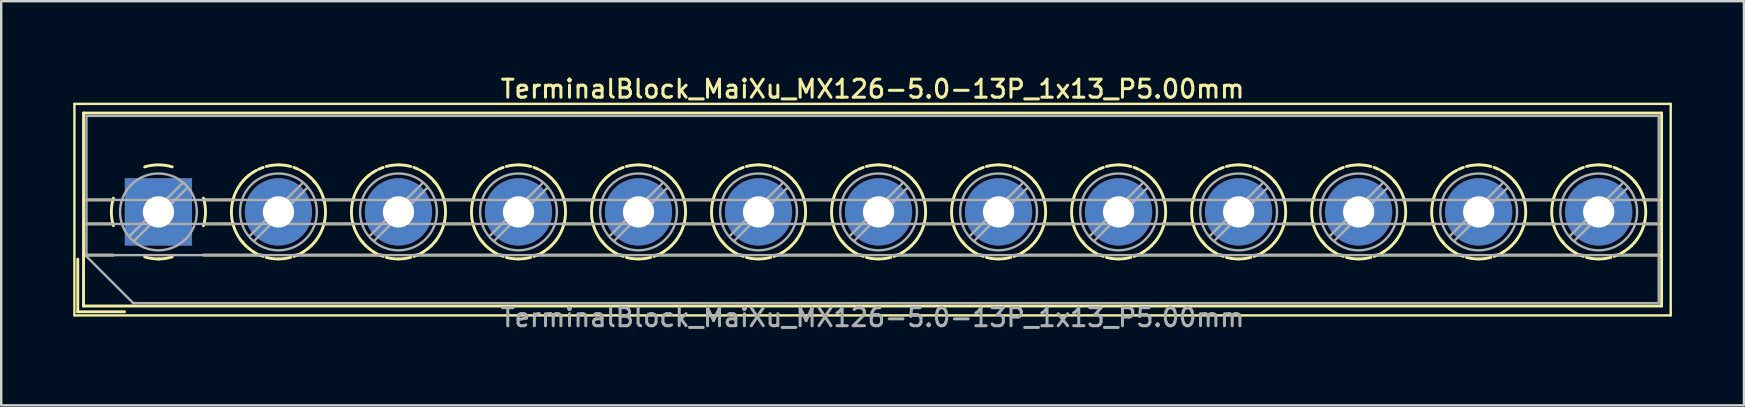
<source format=kicad_pcb>
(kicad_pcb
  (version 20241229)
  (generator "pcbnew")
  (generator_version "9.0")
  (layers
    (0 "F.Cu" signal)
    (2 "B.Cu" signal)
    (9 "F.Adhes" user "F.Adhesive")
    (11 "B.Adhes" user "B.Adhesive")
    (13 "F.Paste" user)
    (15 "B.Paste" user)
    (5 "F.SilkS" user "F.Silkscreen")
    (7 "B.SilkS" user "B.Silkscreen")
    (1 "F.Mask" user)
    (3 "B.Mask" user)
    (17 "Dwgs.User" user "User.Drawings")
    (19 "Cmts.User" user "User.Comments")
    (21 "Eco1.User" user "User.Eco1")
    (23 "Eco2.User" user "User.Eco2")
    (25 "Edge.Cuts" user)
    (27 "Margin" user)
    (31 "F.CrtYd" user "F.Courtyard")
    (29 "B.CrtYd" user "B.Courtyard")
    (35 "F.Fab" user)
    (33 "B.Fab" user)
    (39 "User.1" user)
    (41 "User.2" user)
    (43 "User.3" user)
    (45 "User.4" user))
  (footprint "TerminalBlock_MaiXu_MX126-5.0-13P_1x13_P5.00mm"
    (layer "F.Cu")
    (at 3.55 5.778)
    (property "Reference" "TerminalBlock_MaiXu_MX126-5.0-13P_1x13_P5.00mm" (at 29.75 -5.12 0) (layer "F.SilkS") (effects (font (size 0.75 0.75) (thickness 0.125))))
    (attr through_hole)
    (fp_line (start -3.5 -4.5) (end -3.5 4.31) (stroke (width 0.1) (type solid)) (layer "F.SilkS"))
    (fp_line (start -3.5 4.31) (end 63 4.31) (stroke (width 0.1) (type solid)) (layer "F.SilkS"))
    (fp_line (start -3.36 1.97) (end -3.36 4.16) (stroke (width 0.12) (type solid)) (layer "F.SilkS"))
    (fp_line (start -3.36 4.16) (end -1.41 4.16) (stroke (width 0.12) (type solid)) (layer "F.SilkS"))
    (fp_line (start -3.12 -4.12) (end -3.12 3.92) (stroke (width 0.12) (type solid)) (layer "F.SilkS"))
    (fp_line (start -3.12 -4.12) (end 62.62 -4.12) (stroke (width 0.12) (type solid)) (layer "F.SilkS"))
    (fp_line (start -3.12 -0.5) (end -1.88 -0.5) (stroke (width 0.12) (type solid)) (layer "F.SilkS"))
    (fp_line (start -3.12 0.5) (end -1.88 0.5) (stroke (width 0.12) (type solid)) (layer "F.SilkS"))
    (fp_line (start -3.12 1.8) (end -1.88 1.8) (stroke (width 0.12) (type solid)) (layer "F.SilkS"))
    (fp_line (start -3.12 3.92) (end 62.62 3.92) (stroke (width 0.12) (type solid)) (layer "F.SilkS"))
    (fp_line (start 1.88 -0.5) (end 3.165 -0.5) (stroke (width 0.12) (type solid)) (layer "F.SilkS"))
    (fp_line (start 1.88 0.5) (end 3.165 0.5) (stroke (width 0.12) (type solid)) (layer "F.SilkS"))
    (fp_line (start 1.88 1.8) (end 4.331 1.8) (stroke (width 0.12) (type solid)) (layer "F.SilkS"))
    (fp_line (start 3.514 1.248) (end 3.514 1.248) (stroke (width 0.12) (type solid)) (layer "F.SilkS"))
    (fp_line (start 5.67 1.8) (end 9.331 1.8) (stroke (width 0.12) (type solid)) (layer "F.SilkS"))
    (fp_line (start 6.487 -1.248) (end 6.487 -1.248) (stroke (width 0.12) (type solid)) (layer "F.SilkS"))
    (fp_line (start 6.836 -0.5) (end 8.165 -0.5) (stroke (width 0.12) (type solid)) (layer "F.SilkS"))
    (fp_line (start 6.836 0.5) (end 8.165 0.5) (stroke (width 0.12) (type solid)) (layer "F.SilkS"))
    (fp_line (start 8.514 1.248) (end 8.514 1.248) (stroke (width 0.12) (type solid)) (layer "F.SilkS"))
    (fp_line (start 10.67 1.8) (end 14.331 1.8) (stroke (width 0.12) (type solid)) (layer "F.SilkS"))
    (fp_line (start 11.487 -1.248) (end 11.487 -1.248) (stroke (width 0.12) (type solid)) (layer "F.SilkS"))
    (fp_line (start 11.836 -0.5) (end 13.165 -0.5) (stroke (width 0.12) (type solid)) (layer "F.SilkS"))
    (fp_line (start 11.836 0.5) (end 13.165 0.5) (stroke (width 0.12) (type solid)) (layer "F.SilkS"))
    (fp_line (start 13.514 1.248) (end 13.514 1.248) (stroke (width 0.12) (type solid)) (layer "F.SilkS"))
    (fp_line (start 15.67 1.8) (end 19.331 1.8) (stroke (width 0.12) (type solid)) (layer "F.SilkS"))
    (fp_line (start 16.487 -1.248) (end 16.487 -1.248) (stroke (width 0.12) (type solid)) (layer "F.SilkS"))
    (fp_line (start 16.836 -0.5) (end 18.165 -0.5) (stroke (width 0.12) (type solid)) (layer "F.SilkS"))
    (fp_line (start 16.836 0.5) (end 18.165 0.5) (stroke (width 0.12) (type solid)) (layer "F.SilkS"))
    (fp_line (start 18.514 1.248) (end 18.514 1.248) (stroke (width 0.12) (type solid)) (layer "F.SilkS"))
    (fp_line (start 20.67 1.8) (end 24.331 1.8) (stroke (width 0.12) (type solid)) (layer "F.SilkS"))
    (fp_line (start 21.487 -1.248) (end 21.487 -1.248) (stroke (width 0.12) (type solid)) (layer "F.SilkS"))
    (fp_line (start 21.836 -0.5) (end 23.165 -0.5) (stroke (width 0.12) (type solid)) (layer "F.SilkS"))
    (fp_line (start 21.836 0.5) (end 23.165 0.5) (stroke (width 0.12) (type solid)) (layer "F.SilkS"))
    (fp_line (start 23.514 1.248) (end 23.514 1.248) (stroke (width 0.12) (type solid)) (layer "F.SilkS"))
    (fp_line (start 25.67 1.8) (end 29.331 1.8) (stroke (width 0.12) (type solid)) (layer "F.SilkS"))
    (fp_line (start 26.487 -1.248) (end 26.487 -1.248) (stroke (width 0.12) (type solid)) (layer "F.SilkS"))
    (fp_line (start 26.836 -0.5) (end 28.165 -0.5) (stroke (width 0.12) (type solid)) (layer "F.SilkS"))
    (fp_line (start 26.836 0.5) (end 28.165 0.5) (stroke (width 0.12) (type solid)) (layer "F.SilkS"))
    (fp_line (start 28.514 1.248) (end 28.514 1.248) (stroke (width 0.12) (type solid)) (layer "F.SilkS"))
    (fp_line (start 30.67 1.8) (end 34.331 1.8) (stroke (width 0.12) (type solid)) (layer "F.SilkS"))
    (fp_line (start 31.487 -1.248) (end 31.487 -1.248) (stroke (width 0.12) (type solid)) (layer "F.SilkS"))
    (fp_line (start 31.836 -0.5) (end 33.165 -0.5) (stroke (width 0.12) (type solid)) (layer "F.SilkS"))
    (fp_line (start 31.836 0.5) (end 33.165 0.5) (stroke (width 0.12) (type solid)) (layer "F.SilkS"))
    (fp_line (start 33.514 1.248) (end 33.514 1.248) (stroke (width 0.12) (type solid)) (layer "F.SilkS"))
    (fp_line (start 35.67 1.8) (end 39.331 1.8) (stroke (width 0.12) (type solid)) (layer "F.SilkS"))
    (fp_line (start 36.487 -1.248) (end 36.487 -1.248) (stroke (width 0.12) (type solid)) (layer "F.SilkS"))
    (fp_line (start 36.836 -0.5) (end 38.165 -0.5) (stroke (width 0.12) (type solid)) (layer "F.SilkS"))
    (fp_line (start 36.836 0.5) (end 38.165 0.5) (stroke (width 0.12) (type solid)) (layer "F.SilkS"))
    (fp_line (start 38.514 1.248) (end 38.514 1.248) (stroke (width 0.12) (type solid)) (layer "F.SilkS"))
    (fp_line (start 40.67 1.8) (end 44.331 1.8) (stroke (width 0.12) (type solid)) (layer "F.SilkS"))
    (fp_line (start 41.487 -1.248) (end 41.487 -1.248) (stroke (width 0.12) (type solid)) (layer "F.SilkS"))
    (fp_line (start 41.836 -0.5) (end 43.165 -0.5) (stroke (width 0.12) (type solid)) (layer "F.SilkS"))
    (fp_line (start 41.836 0.5) (end 43.165 0.5) (stroke (width 0.12) (type solid)) (layer "F.SilkS"))
    (fp_line (start 43.514 1.248) (end 43.514 1.248) (stroke (width 0.12) (type solid)) (layer "F.SilkS"))
    (fp_line (start 45.67 1.8) (end 49.331 1.8) (stroke (width 0.12) (type solid)) (layer "F.SilkS"))
    (fp_line (start 46.487 -1.248) (end 46.487 -1.248) (stroke (width 0.12) (type solid)) (layer "F.SilkS"))
    (fp_line (start 46.836 -0.5) (end 48.165 -0.5) (stroke (width 0.12) (type solid)) (layer "F.SilkS"))
    (fp_line (start 46.836 0.5) (end 48.165 0.5) (stroke (width 0.12) (type solid)) (layer "F.SilkS"))
    (fp_line (start 48.514 1.248) (end 48.514 1.248) (stroke (width 0.12) (type solid)) (layer "F.SilkS"))
    (fp_line (start 50.67 1.8) (end 54.331 1.8) (stroke (width 0.12) (type solid)) (layer "F.SilkS"))
    (fp_line (start 51.487 -1.248) (end 51.487 -1.248) (stroke (width 0.12) (type solid)) (layer "F.SilkS"))
    (fp_line (start 51.836 -0.5) (end 53.165 -0.5) (stroke (width 0.12) (type solid)) (layer "F.SilkS"))
    (fp_line (start 51.836 0.5) (end 53.165 0.5) (stroke (width 0.12) (type solid)) (layer "F.SilkS"))
    (fp_line (start 53.514 1.248) (end 53.514 1.248) (stroke (width 0.12) (type solid)) (layer "F.SilkS"))
    (fp_line (start 55.67 1.8) (end 59.331 1.8) (stroke (width 0.12) (type solid)) (layer "F.SilkS"))
    (fp_line (start 56.487 -1.248) (end 56.487 -1.248) (stroke (width 0.12) (type solid)) (layer "F.SilkS"))
    (fp_line (start 56.836 -0.5) (end 58.165 -0.5) (stroke (width 0.12) (type solid)) (layer "F.SilkS"))
    (fp_line (start 56.836 0.5) (end 58.165 0.5) (stroke (width 0.12) (type solid)) (layer "F.SilkS"))
    (fp_line (start 58.514 1.248) (end 58.514 1.248) (stroke (width 0.12) (type solid)) (layer "F.SilkS"))
    (fp_line (start 60.67 1.8) (end 62.62 1.8) (stroke (width 0.12) (type solid)) (layer "F.SilkS"))
    (fp_line (start 61.487 -1.248) (end 61.487 -1.248) (stroke (width 0.12) (type solid)) (layer "F.SilkS"))
    (fp_line (start 61.836 -0.5) (end 62.62 -0.5) (stroke (width 0.12) (type solid)) (layer "F.SilkS"))
    (fp_line (start 61.836 0.5) (end 62.62 0.5) (stroke (width 0.12) (type solid)) (layer "F.SilkS"))
    (fp_line (start 62.62 -4.12) (end 62.62 3.92) (stroke (width 0.12) (type solid)) (layer "F.SilkS"))
    (fp_line (start 63 -4.5) (end -3.5 -4.5) (stroke (width 0.1) (type solid)) (layer "F.SilkS"))
    (fp_line (start 63 4.31) (end 63 -4.5) (stroke (width 0.1) (type solid)) (layer "F.SilkS"))
    (fp_arc (start -1.875422 0.572619) (mid -1.960893 -0.000722) (end -1.875 -0.574) (stroke (width 0.12) (type solid)) (layer "F.SilkS"))
    (fp_arc (start -0.572619 -1.875422) (mid 0.000722 -1.960893) (end 0.574 -1.875) (stroke (width 0.12) (type solid)) (layer "F.SilkS"))
    (fp_arc (start 0.0335 1.960607) (mid -0.273618 1.941709) (end -0.574 1.875) (stroke (width 0.12) (type solid)) (layer "F.SilkS"))
    (fp_arc (start 0.573049 1.874357) (mid 0.289706 1.938471) (end 0 1.96) (stroke (width 0.12) (type solid)) (layer "F.SilkS"))
    (fp_arc (start 1.875422 -0.572619) (mid 1.960893 0.000722) (end 1.875 0.574) (stroke (width 0.12) (type solid)) (layer "F.SilkS"))
    (fp_arc (start 3.434339 1.179122) (mid 3.039994 -0.000549) (end 3.435 -1.18) (stroke (width 0.12) (type solid)) (layer "F.SilkS"))
    (fp_arc (start 3.434826 -1.180695) (mid 3.476985 -1.2346) (end 3.521 -1.287) (stroke (width 0.12) (type solid)) (layer "F.SilkS"))
    (fp_arc (start 3.521125 1.286294) (mid 3.477135 1.233899) (end 3.435 1.18) (stroke (width 0.12) (type solid)) (layer "F.SilkS"))
    (fp_arc (start 3.521202 -1.287012) (mid 3.578748 -1.350291) (end 3.639 -1.411) (stroke (width 0.12) (type solid)) (layer "F.SilkS"))
    (fp_arc (start 3.63871 1.41001) (mid 3.578502 1.349289) (end 3.521 1.286) (stroke (width 0.12) (type solid)) (layer "F.SilkS"))
    (fp_arc (start 3.638867 -1.410738) (mid 3.701698 -1.468767) (end 3.767 -1.524) (stroke (width 0.12) (type solid)) (layer "F.SilkS"))
    (fp_arc (start 3.767069 1.523253) (mid 3.701799 1.468024) (end 3.639 1.41) (stroke (width 0.12) (type solid)) (layer "F.SilkS"))
    (fp_arc (start 3.767452 -1.524377) (mid 3.835117 -1.576689) (end 3.905 -1.626) (stroke (width 0.12) (type solid)) (layer "F.SilkS"))
    (fp_arc (start 3.904517 1.625664) (mid 3.834649 1.576332) (end 3.767 1.524) (stroke (width 0.12) (type solid)) (layer "F.SilkS"))
    (fp_arc (start 3.93363 -1.644317) (mid 4.00637 -1.689266) (end 4.081 -1.731) (stroke (width 0.12) (type solid)) (layer "F.SilkS"))
    (fp_arc (start 4.080344 1.730739) (mid 4.005726 1.688977) (end 3.933 1.644) (stroke (width 0.12) (type solid)) (layer "F.SilkS"))
    (fp_arc (start 4.172694 -1.777259) (mid 4.266842 -1.818121) (end 4.363 -1.854) (stroke (width 0.12) (type solid)) (layer "F.SilkS"))
    (fp_arc (start 4.362283 1.853815) (mid 4.266136 1.817899) (end 4.172 1.777) (stroke (width 0.12) (type solid)) (layer "F.SilkS"))
    (fp_arc (start 4.493681 -1.893473) (mid 4.74516 -1.943362) (end 5.001 -1.96) (stroke (width 0.12) (type solid)) (layer "F.SilkS"))
    (fp_arc (start 5.000479 1.960685) (mid 4.744554 1.943973) (end 4.493 1.894) (stroke (width 0.12) (type solid)) (layer "F.SilkS"))
    (fp_arc (start 5.000487 -1.960944) (mid 5.256437 -1.944104) (end 5.508 -1.894) (stroke (width 0.12) (type solid)) (layer "F.SilkS"))
    (fp_arc (start 5.507285 1.893215) (mid 5.255831 1.943232) (end 5 1.96) (stroke (width 0.12) (type solid)) (layer "F.SilkS"))
    (fp_arc (start 5.638712 -1.85392) (mid 5.734863 -1.817951) (end 5.829 -1.777) (stroke (width 0.12) (type solid)) (layer "F.SilkS"))
    (fp_arc (start 5.829295 1.77705) (mid 5.735155 1.818016) (end 5.639 1.854) (stroke (width 0.12) (type solid)) (layer "F.SilkS"))
    (fp_arc (start 5.920652 -1.730826) (mid 5.995273 -1.689021) (end 6.068 -1.644) (stroke (width 0.12) (type solid)) (layer "F.SilkS"))
    (fp_arc (start 6.068362 1.644143) (mid 5.995629 1.689179) (end 5.921 1.731) (stroke (width 0.12) (type solid)) (layer "F.SilkS"))
    (fp_arc (start 6.096479 -1.625751) (mid 6.16635 -1.576376) (end 6.234 -1.524) (stroke (width 0.12) (type solid)) (layer "F.SilkS"))
    (fp_arc (start 6.233457 1.523294) (mid 6.165838 1.575647) (end 6.096 1.625) (stroke (width 0.12) (type solid)) (layer "F.SilkS"))
    (fp_arc (start 6.233928 -1.523341) (mid 6.2992 -1.468068) (end 6.362 -1.41) (stroke (width 0.12) (type solid)) (layer "F.SilkS"))
    (fp_arc (start 6.36213 1.410651) (mid 6.299301 1.468723) (end 6.234 1.524) (stroke (width 0.12) (type solid)) (layer "F.SilkS"))
    (fp_arc (start 6.362286 -1.410097) (mid 6.422497 -1.349333) (end 6.48 -1.286) (stroke (width 0.12) (type solid)) (layer "F.SilkS"))
    (fp_arc (start 6.479707 1.285928) (mid 6.422207 1.349248) (end 6.362 1.41) (stroke (width 0.12) (type solid)) (layer "F.SilkS"))
    (fp_arc (start 6.479873 -1.286364) (mid 6.523865 -1.233934) (end 6.566 -1.18) (stroke (width 0.12) (type solid)) (layer "F.SilkS"))
    (fp_arc (start 6.565937 -1.180084) (mid 6.960805 -0.000052) (end 6.566 1.18) (stroke (width 0.12) (type solid)) (layer "F.SilkS"))
    (fp_arc (start 6.566102 1.179628) (mid 6.523979 1.233565) (end 6.48 1.286) (stroke (width 0.12) (type solid)) (layer "F.SilkS"))
    (fp_arc (start 8.434339 1.179122) (mid 8.039994 -0.000549) (end 8.435 -1.18) (stroke (width 0.12) (type solid)) (layer "F.SilkS"))
    (fp_arc (start 8.434826 -1.180695) (mid 8.476985 -1.2346) (end 8.521 -1.287) (stroke (width 0.12) (type solid)) (layer "F.SilkS"))
    (fp_arc (start 8.521125 1.286294) (mid 8.477135 1.233899) (end 8.435 1.18) (stroke (width 0.12) (type solid)) (layer "F.SilkS"))
    (fp_arc (start 8.521202 -1.287012) (mid 8.578748 -1.350291) (end 8.639 -1.411) (stroke (width 0.12) (type solid)) (layer "F.SilkS"))
    (fp_arc (start 8.63871 1.41001) (mid 8.578502 1.349289) (end 8.521 1.286) (stroke (width 0.12) (type solid)) (layer "F.SilkS"))
    (fp_arc (start 8.638867 -1.410738) (mid 8.701698 -1.468767) (end 8.767 -1.524) (stroke (width 0.12) (type solid)) (layer "F.SilkS"))
    (fp_arc (start 8.767069 1.523253) (mid 8.701799 1.468024) (end 8.639 1.41) (stroke (width 0.12) (type solid)) (layer "F.SilkS"))
    (fp_arc (start 8.767452 -1.524377) (mid 8.835117 -1.576689) (end 8.905 -1.626) (stroke (width 0.12) (type solid)) (layer "F.SilkS"))
    (fp_arc (start 8.904517 1.625664) (mid 8.834649 1.576332) (end 8.767 1.524) (stroke (width 0.12) (type solid)) (layer "F.SilkS"))
    (fp_arc (start 8.93363 -1.644317) (mid 9.00637 -1.689266) (end 9.081 -1.731) (stroke (width 0.12) (type solid)) (layer "F.SilkS"))
    (fp_arc (start 9.080344 1.730739) (mid 9.005726 1.688977) (end 8.933 1.644) (stroke (width 0.12) (type solid)) (layer "F.SilkS"))
    (fp_arc (start 9.172694 -1.777259) (mid 9.266842 -1.818121) (end 9.363 -1.854) (stroke (width 0.12) (type solid)) (layer "F.SilkS"))
    (fp_arc (start 9.362283 1.853815) (mid 9.266136 1.817899) (end 9.172 1.777) (stroke (width 0.12) (type solid)) (layer "F.SilkS"))
    (fp_arc (start 9.493681 -1.893473) (mid 9.74516 -1.943362) (end 10.001 -1.96) (stroke (width 0.12) (type solid)) (layer "F.SilkS"))
    (fp_arc (start 10.000479 1.960685) (mid 9.744554 1.943973) (end 9.493 1.894) (stroke (width 0.12) (type solid)) (layer "F.SilkS"))
    (fp_arc (start 10.000487 -1.960944) (mid 10.256437 -1.944104) (end 10.508 -1.894) (stroke (width 0.12) (type solid)) (layer "F.SilkS"))
    (fp_arc (start 10.507285 1.893215) (mid 10.255831 1.943232) (end 10 1.96) (stroke (width 0.12) (type solid)) (layer "F.SilkS"))
    (fp_arc (start 10.638712 -1.85392) (mid 10.734863 -1.817951) (end 10.829 -1.777) (stroke (width 0.12) (type solid)) (layer "F.SilkS"))
    (fp_arc (start 10.829295 1.77705) (mid 10.735155 1.818016) (end 10.639 1.854) (stroke (width 0.12) (type solid)) (layer "F.SilkS"))
    (fp_arc (start 10.920652 -1.730826) (mid 10.995273 -1.689021) (end 11.068 -1.644) (stroke (width 0.12) (type solid)) (layer "F.SilkS"))
    (fp_arc (start 11.068362 1.644143) (mid 10.995629 1.689179) (end 10.921 1.731) (stroke (width 0.12) (type solid)) (layer "F.SilkS"))
    (fp_arc (start 11.096479 -1.625751) (mid 11.16635 -1.576376) (end 11.234 -1.524) (stroke (width 0.12) (type solid)) (layer "F.SilkS"))
    (fp_arc (start 11.233457 1.523294) (mid 11.165838 1.575647) (end 11.096 1.625) (stroke (width 0.12) (type solid)) (layer "F.SilkS"))
    (fp_arc (start 11.233928 -1.523341) (mid 11.2992 -1.468068) (end 11.362 -1.41) (stroke (width 0.12) (type solid)) (layer "F.SilkS"))
    (fp_arc (start 11.36213 1.410651) (mid 11.299301 1.468723) (end 11.234 1.524) (stroke (width 0.12) (type solid)) (layer "F.SilkS"))
    (fp_arc (start 11.362286 -1.410097) (mid 11.422497 -1.349333) (end 11.48 -1.286) (stroke (width 0.12) (type solid)) (layer "F.SilkS"))
    (fp_arc (start 11.479707 1.285928) (mid 11.422207 1.349248) (end 11.362 1.41) (stroke (width 0.12) (type solid)) (layer "F.SilkS"))
    (fp_arc (start 11.479873 -1.286364) (mid 11.523865 -1.233934) (end 11.566 -1.18) (stroke (width 0.12) (type solid)) (layer "F.SilkS"))
    (fp_arc (start 11.565937 -1.180084) (mid 11.960805 -0.000052) (end 11.566 1.18) (stroke (width 0.12) (type solid)) (layer "F.SilkS"))
    (fp_arc (start 11.566102 1.179628) (mid 11.523979 1.233565) (end 11.48 1.286) (stroke (width 0.12) (type solid)) (layer "F.SilkS"))
    (fp_arc (start 13.434339 1.179122) (mid 13.039994 -0.000549) (end 13.435 -1.18) (stroke (width 0.12) (type solid)) (layer "F.SilkS"))
    (fp_arc (start 13.434826 -1.180695) (mid 13.476985 -1.2346) (end 13.521 -1.287) (stroke (width 0.12) (type solid)) (layer "F.SilkS"))
    (fp_arc (start 13.521125 1.286294) (mid 13.477135 1.233899) (end 13.435 1.18) (stroke (width 0.12) (type solid)) (layer "F.SilkS"))
    (fp_arc (start 13.521202 -1.287012) (mid 13.578748 -1.350291) (end 13.639 -1.411) (stroke (width 0.12) (type solid)) (layer "F.SilkS"))
    (fp_arc (start 13.63871 1.41001) (mid 13.578502 1.349289) (end 13.521 1.286) (stroke (width 0.12) (type solid)) (layer "F.SilkS"))
    (fp_arc (start 13.638867 -1.410738) (mid 13.701698 -1.468767) (end 13.767 -1.524) (stroke (width 0.12) (type solid)) (layer "F.SilkS"))
    (fp_arc (start 13.767069 1.523253) (mid 13.701799 1.468024) (end 13.639 1.41) (stroke (width 0.12) (type solid)) (layer "F.SilkS"))
    (fp_arc (start 13.767452 -1.524377) (mid 13.835117 -1.576689) (end 13.905 -1.626) (stroke (width 0.12) (type solid)) (layer "F.SilkS"))
    (fp_arc (start 13.904517 1.625664) (mid 13.834649 1.576332) (end 13.767 1.524) (stroke (width 0.12) (type solid)) (layer "F.SilkS"))
    (fp_arc (start 13.93363 -1.644317) (mid 14.00637 -1.689266) (end 14.081 -1.731) (stroke (width 0.12) (type solid)) (layer "F.SilkS"))
    (fp_arc (start 14.080344 1.730739) (mid 14.005726 1.688977) (end 13.933 1.644) (stroke (width 0.12) (type solid)) (layer "F.SilkS"))
    (fp_arc (start 14.172694 -1.777259) (mid 14.266842 -1.818121) (end 14.363 -1.854) (stroke (width 0.12) (type solid)) (layer "F.SilkS"))
    (fp_arc (start 14.362283 1.853815) (mid 14.266136 1.817899) (end 14.172 1.777) (stroke (width 0.12) (type solid)) (layer "F.SilkS"))
    (fp_arc (start 14.493681 -1.893473) (mid 14.74516 -1.943362) (end 15.001 -1.96) (stroke (width 0.12) (type solid)) (layer "F.SilkS"))
    (fp_arc (start 15.000479 1.960685) (mid 14.744554 1.943973) (end 14.493 1.894) (stroke (width 0.12) (type solid)) (layer "F.SilkS"))
    (fp_arc (start 15.000487 -1.960944) (mid 15.256437 -1.944104) (end 15.508 -1.894) (stroke (width 0.12) (type solid)) (layer "F.SilkS"))
    (fp_arc (start 15.507285 1.893215) (mid 15.255831 1.943232) (end 15 1.96) (stroke (width 0.12) (type solid)) (layer "F.SilkS"))
    (fp_arc (start 15.638712 -1.85392) (mid 15.734863 -1.817951) (end 15.829 -1.777) (stroke (width 0.12) (type solid)) (layer "F.SilkS"))
    (fp_arc (start 15.829295 1.77705) (mid 15.735155 1.818016) (end 15.639 1.854) (stroke (width 0.12) (type solid)) (layer "F.SilkS"))
    (fp_arc (start 15.920652 -1.730826) (mid 15.995273 -1.689021) (end 16.068 -1.644) (stroke (width 0.12) (type solid)) (layer "F.SilkS"))
    (fp_arc (start 16.068362 1.644143) (mid 15.995629 1.689179) (end 15.921 1.731) (stroke (width 0.12) (type solid)) (layer "F.SilkS"))
    (fp_arc (start 16.096479 -1.625751) (mid 16.16635 -1.576376) (end 16.234 -1.524) (stroke (width 0.12) (type solid)) (layer "F.SilkS"))
    (fp_arc (start 16.233457 1.523294) (mid 16.165838 1.575647) (end 16.096 1.625) (stroke (width 0.12) (type solid)) (layer "F.SilkS"))
    (fp_arc (start 16.233928 -1.523341) (mid 16.2992 -1.468068) (end 16.362 -1.41) (stroke (width 0.12) (type solid)) (layer "F.SilkS"))
    (fp_arc (start 16.36213 1.410651) (mid 16.299301 1.468723) (end 16.234 1.524) (stroke (width 0.12) (type solid)) (layer "F.SilkS"))
    (fp_arc (start 16.362286 -1.410097) (mid 16.422497 -1.349333) (end 16.48 -1.286) (stroke (width 0.12) (type solid)) (layer "F.SilkS"))
    (fp_arc (start 16.479707 1.285928) (mid 16.422207 1.349248) (end 16.362 1.41) (stroke (width 0.12) (type solid)) (layer "F.SilkS"))
    (fp_arc (start 16.479873 -1.286364) (mid 16.523865 -1.233934) (end 16.566 -1.18) (stroke (width 0.12) (type solid)) (layer "F.SilkS"))
    (fp_arc (start 16.565937 -1.180084) (mid 16.960805 -0.000052) (end 16.566 1.18) (stroke (width 0.12) (type solid)) (layer "F.SilkS"))
    (fp_arc (start 16.566102 1.179628) (mid 16.523979 1.233565) (end 16.48 1.286) (stroke (width 0.12) (type solid)) (layer "F.SilkS"))
    (fp_arc (start 18.434339 1.179122) (mid 18.039994 -0.000549) (end 18.435 -1.18) (stroke (width 0.12) (type solid)) (layer "F.SilkS"))
    (fp_arc (start 18.434826 -1.180695) (mid 18.476985 -1.2346) (end 18.521 -1.287) (stroke (width 0.12) (type solid)) (layer "F.SilkS"))
    (fp_arc (start 18.521125 1.286294) (mid 18.477135 1.233899) (end 18.435 1.18) (stroke (width 0.12) (type solid)) (layer "F.SilkS"))
    (fp_arc (start 18.521202 -1.287012) (mid 18.578748 -1.350291) (end 18.639 -1.411) (stroke (width 0.12) (type solid)) (layer "F.SilkS"))
    (fp_arc (start 18.63871 1.41001) (mid 18.578502 1.349289) (end 18.521 1.286) (stroke (width 0.12) (type solid)) (layer "F.SilkS"))
    (fp_arc (start 18.638867 -1.410738) (mid 18.701698 -1.468767) (end 18.767 -1.524) (stroke (width 0.12) (type solid)) (layer "F.SilkS"))
    (fp_arc (start 18.767069 1.523253) (mid 18.701799 1.468024) (end 18.639 1.41) (stroke (width 0.12) (type solid)) (layer "F.SilkS"))
    (fp_arc (start 18.767452 -1.524377) (mid 18.835117 -1.576689) (end 18.905 -1.626) (stroke (width 0.12) (type solid)) (layer "F.SilkS"))
    (fp_arc (start 18.904517 1.625664) (mid 18.834649 1.576332) (end 18.767 1.524) (stroke (width 0.12) (type solid)) (layer "F.SilkS"))
    (fp_arc (start 18.93363 -1.644317) (mid 19.00637 -1.689266) (end 19.081 -1.731) (stroke (width 0.12) (type solid)) (layer "F.SilkS"))
    (fp_arc (start 19.080344 1.730739) (mid 19.005726 1.688977) (end 18.933 1.644) (stroke (width 0.12) (type solid)) (layer "F.SilkS"))
    (fp_arc (start 19.172694 -1.777259) (mid 19.266842 -1.818121) (end 19.363 -1.854) (stroke (width 0.12) (type solid)) (layer "F.SilkS"))
    (fp_arc (start 19.362283 1.853815) (mid 19.266136 1.817899) (end 19.172 1.777) (stroke (width 0.12) (type solid)) (layer "F.SilkS"))
    (fp_arc (start 19.493681 -1.893473) (mid 19.74516 -1.943362) (end 20.001 -1.96) (stroke (width 0.12) (type solid)) (layer "F.SilkS"))
    (fp_arc (start 20.000479 1.960685) (mid 19.744554 1.943973) (end 19.493 1.894) (stroke (width 0.12) (type solid)) (layer "F.SilkS"))
    (fp_arc (start 20.000487 -1.960944) (mid 20.256437 -1.944104) (end 20.508 -1.894) (stroke (width 0.12) (type solid)) (layer "F.SilkS"))
    (fp_arc (start 20.507285 1.893215) (mid 20.255831 1.943232) (end 20 1.96) (stroke (width 0.12) (type solid)) (layer "F.SilkS"))
    (fp_arc (start 20.638712 -1.85392) (mid 20.734863 -1.817951) (end 20.829 -1.777) (stroke (width 0.12) (type solid)) (layer "F.SilkS"))
    (fp_arc (start 20.829295 1.77705) (mid 20.735155 1.818016) (end 20.639 1.854) (stroke (width 0.12) (type solid)) (layer "F.SilkS"))
    (fp_arc (start 20.920652 -1.730826) (mid 20.995273 -1.689021) (end 21.068 -1.644) (stroke (width 0.12) (type solid)) (layer "F.SilkS"))
    (fp_arc (start 21.068362 1.644143) (mid 20.995629 1.689179) (end 20.921 1.731) (stroke (width 0.12) (type solid)) (layer "F.SilkS"))
    (fp_arc (start 21.096479 -1.625751) (mid 21.16635 -1.576376) (end 21.234 -1.524) (stroke (width 0.12) (type solid)) (layer "F.SilkS"))
    (fp_arc (start 21.233457 1.523294) (mid 21.165838 1.575647) (end 21.096 1.625) (stroke (width 0.12) (type solid)) (layer "F.SilkS"))
    (fp_arc (start 21.233928 -1.523341) (mid 21.2992 -1.468068) (end 21.362 -1.41) (stroke (width 0.12) (type solid)) (layer "F.SilkS"))
    (fp_arc (start 21.36213 1.410651) (mid 21.299301 1.468723) (end 21.234 1.524) (stroke (width 0.12) (type solid)) (layer "F.SilkS"))
    (fp_arc (start 21.362286 -1.410097) (mid 21.422497 -1.349333) (end 21.48 -1.286) (stroke (width 0.12) (type solid)) (layer "F.SilkS"))
    (fp_arc (start 21.479707 1.285928) (mid 21.422207 1.349248) (end 21.362 1.41) (stroke (width 0.12) (type solid)) (layer "F.SilkS"))
    (fp_arc (start 21.479873 -1.286364) (mid 21.523865 -1.233934) (end 21.566 -1.18) (stroke (width 0.12) (type solid)) (layer "F.SilkS"))
    (fp_arc (start 21.565937 -1.180084) (mid 21.960805 -0.000052) (end 21.566 1.18) (stroke (width 0.12) (type solid)) (layer "F.SilkS"))
    (fp_arc (start 21.566102 1.179628) (mid 21.523979 1.233565) (end 21.48 1.286) (stroke (width 0.12) (type solid)) (layer "F.SilkS"))
    (fp_arc (start 23.434339 1.179122) (mid 23.039994 -0.000549) (end 23.435 -1.18) (stroke (width 0.12) (type solid)) (layer "F.SilkS"))
    (fp_arc (start 23.434826 -1.180695) (mid 23.476985 -1.2346) (end 23.521 -1.287) (stroke (width 0.12) (type solid)) (layer "F.SilkS"))
    (fp_arc (start 23.521125 1.286294) (mid 23.477135 1.233899) (end 23.435 1.18) (stroke (width 0.12) (type solid)) (layer "F.SilkS"))
    (fp_arc (start 23.521202 -1.287012) (mid 23.578748 -1.350291) (end 23.639 -1.411) (stroke (width 0.12) (type solid)) (layer "F.SilkS"))
    (fp_arc (start 23.63871 1.41001) (mid 23.578502 1.349289) (end 23.521 1.286) (stroke (width 0.12) (type solid)) (layer "F.SilkS"))
    (fp_arc (start 23.638867 -1.410738) (mid 23.701698 -1.468767) (end 23.767 -1.524) (stroke (width 0.12) (type solid)) (layer "F.SilkS"))
    (fp_arc (start 23.767069 1.523253) (mid 23.701799 1.468024) (end 23.639 1.41) (stroke (width 0.12) (type solid)) (layer "F.SilkS"))
    (fp_arc (start 23.767452 -1.524377) (mid 23.835117 -1.576689) (end 23.905 -1.626) (stroke (width 0.12) (type solid)) (layer "F.SilkS"))
    (fp_arc (start 23.904517 1.625664) (mid 23.834649 1.576332) (end 23.767 1.524) (stroke (width 0.12) (type solid)) (layer "F.SilkS"))
    (fp_arc (start 23.93363 -1.644317) (mid 24.00637 -1.689266) (end 24.081 -1.731) (stroke (width 0.12) (type solid)) (layer "F.SilkS"))
    (fp_arc (start 24.080344 1.730739) (mid 24.005726 1.688977) (end 23.933 1.644) (stroke (width 0.12) (type solid)) (layer "F.SilkS"))
    (fp_arc (start 24.172694 -1.777259) (mid 24.266842 -1.818121) (end 24.363 -1.854) (stroke (width 0.12) (type solid)) (layer "F.SilkS"))
    (fp_arc (start 24.362283 1.853815) (mid 24.266136 1.817899) (end 24.172 1.777) (stroke (width 0.12) (type solid)) (layer "F.SilkS"))
    (fp_arc (start 24.493681 -1.893473) (mid 24.74516 -1.943362) (end 25.001 -1.96) (stroke (width 0.12) (type solid)) (layer "F.SilkS"))
    (fp_arc (start 25.000479 1.960685) (mid 24.744554 1.943973) (end 24.493 1.894) (stroke (width 0.12) (type solid)) (layer "F.SilkS"))
    (fp_arc (start 25.000487 -1.960944) (mid 25.256437 -1.944104) (end 25.508 -1.894) (stroke (width 0.12) (type solid)) (layer "F.SilkS"))
    (fp_arc (start 25.507285 1.893215) (mid 25.255831 1.943232) (end 25 1.96) (stroke (width 0.12) (type solid)) (layer "F.SilkS"))
    (fp_arc (start 25.638712 -1.85392) (mid 25.734863 -1.817951) (end 25.829 -1.777) (stroke (width 0.12) (type solid)) (layer "F.SilkS"))
    (fp_arc (start 25.829295 1.77705) (mid 25.735155 1.818016) (end 25.639 1.854) (stroke (width 0.12) (type solid)) (layer "F.SilkS"))
    (fp_arc (start 25.920652 -1.730826) (mid 25.995273 -1.689021) (end 26.068 -1.644) (stroke (width 0.12) (type solid)) (layer "F.SilkS"))
    (fp_arc (start 26.068362 1.644143) (mid 25.995629 1.689179) (end 25.921 1.731) (stroke (width 0.12) (type solid)) (layer "F.SilkS"))
    (fp_arc (start 26.096479 -1.625751) (mid 26.16635 -1.576376) (end 26.234 -1.524) (stroke (width 0.12) (type solid)) (layer "F.SilkS"))
    (fp_arc (start 26.233457 1.523294) (mid 26.165838 1.575647) (end 26.096 1.625) (stroke (width 0.12) (type solid)) (layer "F.SilkS"))
    (fp_arc (start 26.233928 -1.523341) (mid 26.2992 -1.468068) (end 26.362 -1.41) (stroke (width 0.12) (type solid)) (layer "F.SilkS"))
    (fp_arc (start 26.36213 1.410651) (mid 26.299301 1.468723) (end 26.234 1.524) (stroke (width 0.12) (type solid)) (layer "F.SilkS"))
    (fp_arc (start 26.362286 -1.410097) (mid 26.422497 -1.349333) (end 26.48 -1.286) (stroke (width 0.12) (type solid)) (layer "F.SilkS"))
    (fp_arc (start 26.479707 1.285928) (mid 26.422207 1.349248) (end 26.362 1.41) (stroke (width 0.12) (type solid)) (layer "F.SilkS"))
    (fp_arc (start 26.479873 -1.286364) (mid 26.523865 -1.233934) (end 26.566 -1.18) (stroke (width 0.12) (type solid)) (layer "F.SilkS"))
    (fp_arc (start 26.565937 -1.180084) (mid 26.960805 -0.000052) (end 26.566 1.18) (stroke (width 0.12) (type solid)) (layer "F.SilkS"))
    (fp_arc (start 26.566102 1.179628) (mid 26.523979 1.233565) (end 26.48 1.286) (stroke (width 0.12) (type solid)) (layer "F.SilkS"))
    (fp_arc (start 28.434339 1.179122) (mid 28.039994 -0.000549) (end 28.435 -1.18) (stroke (width 0.12) (type solid)) (layer "F.SilkS"))
    (fp_arc (start 28.434826 -1.180695) (mid 28.476985 -1.2346) (end 28.521 -1.287) (stroke (width 0.12) (type solid)) (layer "F.SilkS"))
    (fp_arc (start 28.521125 1.286294) (mid 28.477135 1.233899) (end 28.435 1.18) (stroke (width 0.12) (type solid)) (layer "F.SilkS"))
    (fp_arc (start 28.521202 -1.287012) (mid 28.578748 -1.350291) (end 28.639 -1.411) (stroke (width 0.12) (type solid)) (layer "F.SilkS"))
    (fp_arc (start 28.63871 1.41001) (mid 28.578502 1.349289) (end 28.521 1.286) (stroke (width 0.12) (type solid)) (layer "F.SilkS"))
    (fp_arc (start 28.638867 -1.410738) (mid 28.701698 -1.468767) (end 28.767 -1.524) (stroke (width 0.12) (type solid)) (layer "F.SilkS"))
    (fp_arc (start 28.767069 1.523253) (mid 28.701799 1.468024) (end 28.639 1.41) (stroke (width 0.12) (type solid)) (layer "F.SilkS"))
    (fp_arc (start 28.767452 -1.524377) (mid 28.835117 -1.576689) (end 28.905 -1.626) (stroke (width 0.12) (type solid)) (layer "F.SilkS"))
    (fp_arc (start 28.904517 1.625664) (mid 28.834649 1.576332) (end 28.767 1.524) (stroke (width 0.12) (type solid)) (layer "F.SilkS"))
    (fp_arc (start 28.93363 -1.644317) (mid 29.00637 -1.689266) (end 29.081 -1.731) (stroke (width 0.12) (type solid)) (layer "F.SilkS"))
    (fp_arc (start 29.080344 1.730739) (mid 29.005726 1.688977) (end 28.933 1.644) (stroke (width 0.12) (type solid)) (layer "F.SilkS"))
    (fp_arc (start 29.172694 -1.777259) (mid 29.266842 -1.818121) (end 29.363 -1.854) (stroke (width 0.12) (type solid)) (layer "F.SilkS"))
    (fp_arc (start 29.362283 1.853815) (mid 29.266136 1.817899) (end 29.172 1.777) (stroke (width 0.12) (type solid)) (layer "F.SilkS"))
    (fp_arc (start 29.493681 -1.893473) (mid 29.74516 -1.943362) (end 30.001 -1.96) (stroke (width 0.12) (type solid)) (layer "F.SilkS"))
    (fp_arc (start 30.000479 1.960685) (mid 29.744554 1.943973) (end 29.493 1.894) (stroke (width 0.12) (type solid)) (layer "F.SilkS"))
    (fp_arc (start 30.000487 -1.960944) (mid 30.256437 -1.944104) (end 30.508 -1.894) (stroke (width 0.12) (type solid)) (layer "F.SilkS"))
    (fp_arc (start 30.507285 1.893215) (mid 30.255831 1.943232) (end 30 1.96) (stroke (width 0.12) (type solid)) (layer "F.SilkS"))
    (fp_arc (start 30.638712 -1.85392) (mid 30.734863 -1.817951) (end 30.829 -1.777) (stroke (width 0.12) (type solid)) (layer "F.SilkS"))
    (fp_arc (start 30.829295 1.77705) (mid 30.735155 1.818016) (end 30.639 1.854) (stroke (width 0.12) (type solid)) (layer "F.SilkS"))
    (fp_arc (start 30.920652 -1.730826) (mid 30.995273 -1.689021) (end 31.068 -1.644) (stroke (width 0.12) (type solid)) (layer "F.SilkS"))
    (fp_arc (start 31.068362 1.644143) (mid 30.995629 1.689179) (end 30.921 1.731) (stroke (width 0.12) (type solid)) (layer "F.SilkS"))
    (fp_arc (start 31.096479 -1.625751) (mid 31.16635 -1.576376) (end 31.234 -1.524) (stroke (width 0.12) (type solid)) (layer "F.SilkS"))
    (fp_arc (start 31.233457 1.523294) (mid 31.165838 1.575647) (end 31.096 1.625) (stroke (width 0.12) (type solid)) (layer "F.SilkS"))
    (fp_arc (start 31.233928 -1.523341) (mid 31.2992 -1.468068) (end 31.362 -1.41) (stroke (width 0.12) (type solid)) (layer "F.SilkS"))
    (fp_arc (start 31.36213 1.410651) (mid 31.299301 1.468723) (end 31.234 1.524) (stroke (width 0.12) (type solid)) (layer "F.SilkS"))
    (fp_arc (start 31.362286 -1.410097) (mid 31.422497 -1.349333) (end 31.48 -1.286) (stroke (width 0.12) (type solid)) (layer "F.SilkS"))
    (fp_arc (start 31.479707 1.285928) (mid 31.422207 1.349248) (end 31.362 1.41) (stroke (width 0.12) (type solid)) (layer "F.SilkS"))
    (fp_arc (start 31.479873 -1.286364) (mid 31.523865 -1.233934) (end 31.566 -1.18) (stroke (width 0.12) (type solid)) (layer "F.SilkS"))
    (fp_arc (start 31.565937 -1.180084) (mid 31.960805 -0.000052) (end 31.566 1.18) (stroke (width 0.12) (type solid)) (layer "F.SilkS"))
    (fp_arc (start 31.566102 1.179628) (mid 31.523979 1.233565) (end 31.48 1.286) (stroke (width 0.12) (type solid)) (layer "F.SilkS"))
    (fp_arc (start 33.434339 1.179122) (mid 33.039994 -0.000549) (end 33.435 -1.18) (stroke (width 0.12) (type solid)) (layer "F.SilkS"))
    (fp_arc (start 33.434826 -1.180695) (mid 33.476985 -1.2346) (end 33.521 -1.287) (stroke (width 0.12) (type solid)) (layer "F.SilkS"))
    (fp_arc (start 33.521125 1.286294) (mid 33.477135 1.233899) (end 33.435 1.18) (stroke (width 0.12) (type solid)) (layer "F.SilkS"))
    (fp_arc (start 33.521202 -1.287012) (mid 33.578748 -1.350291) (end 33.639 -1.411) (stroke (width 0.12) (type solid)) (layer "F.SilkS"))
    (fp_arc (start 33.63871 1.41001) (mid 33.578502 1.349289) (end 33.521 1.286) (stroke (width 0.12) (type solid)) (layer "F.SilkS"))
    (fp_arc (start 33.638867 -1.410738) (mid 33.701698 -1.468767) (end 33.767 -1.524) (stroke (width 0.12) (type solid)) (layer "F.SilkS"))
    (fp_arc (start 33.767069 1.523253) (mid 33.701799 1.468024) (end 33.639 1.41) (stroke (width 0.12) (type solid)) (layer "F.SilkS"))
    (fp_arc (start 33.767452 -1.524377) (mid 33.835117 -1.576689) (end 33.905 -1.626) (stroke (width 0.12) (type solid)) (layer "F.SilkS"))
    (fp_arc (start 33.904517 1.625664) (mid 33.834649 1.576332) (end 33.767 1.524) (stroke (width 0.12) (type solid)) (layer "F.SilkS"))
    (fp_arc (start 33.93363 -1.644317) (mid 34.00637 -1.689266) (end 34.081 -1.731) (stroke (width 0.12) (type solid)) (layer "F.SilkS"))
    (fp_arc (start 34.080344 1.730739) (mid 34.005726 1.688977) (end 33.933 1.644) (stroke (width 0.12) (type solid)) (layer "F.SilkS"))
    (fp_arc (start 34.172694 -1.777259) (mid 34.266842 -1.818121) (end 34.363 -1.854) (stroke (width 0.12) (type solid)) (layer "F.SilkS"))
    (fp_arc (start 34.362283 1.853815) (mid 34.266136 1.817899) (end 34.172 1.777) (stroke (width 0.12) (type solid)) (layer "F.SilkS"))
    (fp_arc (start 34.493681 -1.893473) (mid 34.74516 -1.943362) (end 35.001 -1.96) (stroke (width 0.12) (type solid)) (layer "F.SilkS"))
    (fp_arc (start 35.000479 1.960685) (mid 34.744554 1.943973) (end 34.493 1.894) (stroke (width 0.12) (type solid)) (layer "F.SilkS"))
    (fp_arc (start 35.000487 -1.960944) (mid 35.256437 -1.944104) (end 35.508 -1.894) (stroke (width 0.12) (type solid)) (layer "F.SilkS"))
    (fp_arc (start 35.507285 1.893215) (mid 35.255831 1.943232) (end 35 1.96) (stroke (width 0.12) (type solid)) (layer "F.SilkS"))
    (fp_arc (start 35.638712 -1.85392) (mid 35.734863 -1.817951) (end 35.829 -1.777) (stroke (width 0.12) (type solid)) (layer "F.SilkS"))
    (fp_arc (start 35.829295 1.77705) (mid 35.735155 1.818016) (end 35.639 1.854) (stroke (width 0.12) (type solid)) (layer "F.SilkS"))
    (fp_arc (start 35.920652 -1.730826) (mid 35.995273 -1.689021) (end 36.068 -1.644) (stroke (width 0.12) (type solid)) (layer "F.SilkS"))
    (fp_arc (start 36.068362 1.644143) (mid 35.995629 1.689179) (end 35.921 1.731) (stroke (width 0.12) (type solid)) (layer "F.SilkS"))
    (fp_arc (start 36.096479 -1.625751) (mid 36.16635 -1.576376) (end 36.234 -1.524) (stroke (width 0.12) (type solid)) (layer "F.SilkS"))
    (fp_arc (start 36.233457 1.523294) (mid 36.165838 1.575647) (end 36.096 1.625) (stroke (width 0.12) (type solid)) (layer "F.SilkS"))
    (fp_arc (start 36.233928 -1.523341) (mid 36.2992 -1.468068) (end 36.362 -1.41) (stroke (width 0.12) (type solid)) (layer "F.SilkS"))
    (fp_arc (start 36.36213 1.410651) (mid 36.299301 1.468723) (end 36.234 1.524) (stroke (width 0.12) (type solid)) (layer "F.SilkS"))
    (fp_arc (start 36.362286 -1.410097) (mid 36.422497 -1.349333) (end 36.48 -1.286) (stroke (width 0.12) (type solid)) (layer "F.SilkS"))
    (fp_arc (start 36.479707 1.285928) (mid 36.422207 1.349248) (end 36.362 1.41) (stroke (width 0.12) (type solid)) (layer "F.SilkS"))
    (fp_arc (start 36.479873 -1.286364) (mid 36.523865 -1.233934) (end 36.566 -1.18) (stroke (width 0.12) (type solid)) (layer "F.SilkS"))
    (fp_arc (start 36.565937 -1.180084) (mid 36.960805 -0.000052) (end 36.566 1.18) (stroke (width 0.12) (type solid)) (layer "F.SilkS"))
    (fp_arc (start 36.566102 1.179628) (mid 36.523979 1.233565) (end 36.48 1.286) (stroke (width 0.12) (type solid)) (layer "F.SilkS"))
    (fp_arc (start 38.434339 1.179122) (mid 38.039994 -0.000549) (end 38.435 -1.18) (stroke (width 0.12) (type solid)) (layer "F.SilkS"))
    (fp_arc (start 38.434826 -1.180695) (mid 38.476985 -1.2346) (end 38.521 -1.287) (stroke (width 0.12) (type solid)) (layer "F.SilkS"))
    (fp_arc (start 38.521125 1.286294) (mid 38.477135 1.233899) (end 38.435 1.18) (stroke (width 0.12) (type solid)) (layer "F.SilkS"))
    (fp_arc (start 38.521202 -1.287012) (mid 38.578748 -1.350291) (end 38.639 -1.411) (stroke (width 0.12) (type solid)) (layer "F.SilkS"))
    (fp_arc (start 38.63871 1.41001) (mid 38.578502 1.349289) (end 38.521 1.286) (stroke (width 0.12) (type solid)) (layer "F.SilkS"))
    (fp_arc (start 38.638867 -1.410738) (mid 38.701698 -1.468767) (end 38.767 -1.524) (stroke (width 0.12) (type solid)) (layer "F.SilkS"))
    (fp_arc (start 38.767069 1.523253) (mid 38.701799 1.468024) (end 38.639 1.41) (stroke (width 0.12) (type solid)) (layer "F.SilkS"))
    (fp_arc (start 38.767452 -1.524377) (mid 38.835117 -1.576689) (end 38.905 -1.626) (stroke (width 0.12) (type solid)) (layer "F.SilkS"))
    (fp_arc (start 38.904517 1.625664) (mid 38.834649 1.576332) (end 38.767 1.524) (stroke (width 0.12) (type solid)) (layer "F.SilkS"))
    (fp_arc (start 38.93363 -1.644317) (mid 39.00637 -1.689266) (end 39.081 -1.731) (stroke (width 0.12) (type solid)) (layer "F.SilkS"))
    (fp_arc (start 39.080344 1.730739) (mid 39.005726 1.688977) (end 38.933 1.644) (stroke (width 0.12) (type solid)) (layer "F.SilkS"))
    (fp_arc (start 39.172694 -1.777259) (mid 39.266842 -1.818121) (end 39.363 -1.854) (stroke (width 0.12) (type solid)) (layer "F.SilkS"))
    (fp_arc (start 39.362283 1.853815) (mid 39.266136 1.817899) (end 39.172 1.777) (stroke (width 0.12) (type solid)) (layer "F.SilkS"))
    (fp_arc (start 39.493681 -1.893473) (mid 39.74516 -1.943362) (end 40.001 -1.96) (stroke (width 0.12) (type solid)) (layer "F.SilkS"))
    (fp_arc (start 40.000479 1.960685) (mid 39.744554 1.943973) (end 39.493 1.894) (stroke (width 0.12) (type solid)) (layer "F.SilkS"))
    (fp_arc (start 40.000487 -1.960944) (mid 40.256437 -1.944104) (end 40.508 -1.894) (stroke (width 0.12) (type solid)) (layer "F.SilkS"))
    (fp_arc (start 40.507285 1.893215) (mid 40.255831 1.943232) (end 40 1.96) (stroke (width 0.12) (type solid)) (layer "F.SilkS"))
    (fp_arc (start 40.638712 -1.85392) (mid 40.734863 -1.817951) (end 40.829 -1.777) (stroke (width 0.12) (type solid)) (layer "F.SilkS"))
    (fp_arc (start 40.829295 1.77705) (mid 40.735155 1.818016) (end 40.639 1.854) (stroke (width 0.12) (type solid)) (layer "F.SilkS"))
    (fp_arc (start 40.920652 -1.730826) (mid 40.995273 -1.689021) (end 41.068 -1.644) (stroke (width 0.12) (type solid)) (layer "F.SilkS"))
    (fp_arc (start 41.068362 1.644143) (mid 40.995629 1.689179) (end 40.921 1.731) (stroke (width 0.12) (type solid)) (layer "F.SilkS"))
    (fp_arc (start 41.096479 -1.625751) (mid 41.16635 -1.576376) (end 41.234 -1.524) (stroke (width 0.12) (type solid)) (layer "F.SilkS"))
    (fp_arc (start 41.233457 1.523294) (mid 41.165838 1.575647) (end 41.096 1.625) (stroke (width 0.12) (type solid)) (layer "F.SilkS"))
    (fp_arc (start 41.233928 -1.523341) (mid 41.2992 -1.468068) (end 41.362 -1.41) (stroke (width 0.12) (type solid)) (layer "F.SilkS"))
    (fp_arc (start 41.36213 1.410651) (mid 41.299301 1.468723) (end 41.234 1.524) (stroke (width 0.12) (type solid)) (layer "F.SilkS"))
    (fp_arc (start 41.362286 -1.410097) (mid 41.422497 -1.349333) (end 41.48 -1.286) (stroke (width 0.12) (type solid)) (layer "F.SilkS"))
    (fp_arc (start 41.479707 1.285928) (mid 41.422207 1.349248) (end 41.362 1.41) (stroke (width 0.12) (type solid)) (layer "F.SilkS"))
    (fp_arc (start 41.479873 -1.286364) (mid 41.523865 -1.233934) (end 41.566 -1.18) (stroke (width 0.12) (type solid)) (layer "F.SilkS"))
    (fp_arc (start 41.565937 -1.180084) (mid 41.960805 -0.000052) (end 41.566 1.18) (stroke (width 0.12) (type solid)) (layer "F.SilkS"))
    (fp_arc (start 41.566102 1.179628) (mid 41.523979 1.233565) (end 41.48 1.286) (stroke (width 0.12) (type solid)) (layer "F.SilkS"))
    (fp_arc (start 43.434339 1.179122) (mid 43.039994 -0.000549) (end 43.435 -1.18) (stroke (width 0.12) (type solid)) (layer "F.SilkS"))
    (fp_arc (start 43.434826 -1.180695) (mid 43.476985 -1.2346) (end 43.521 -1.287) (stroke (width 0.12) (type solid)) (layer "F.SilkS"))
    (fp_arc (start 43.521125 1.286294) (mid 43.477135 1.233899) (end 43.435 1.18) (stroke (width 0.12) (type solid)) (layer "F.SilkS"))
    (fp_arc (start 43.521202 -1.287012) (mid 43.578748 -1.350291) (end 43.639 -1.411) (stroke (width 0.12) (type solid)) (layer "F.SilkS"))
    (fp_arc (start 43.63871 1.41001) (mid 43.578502 1.349289) (end 43.521 1.286) (stroke (width 0.12) (type solid)) (layer "F.SilkS"))
    (fp_arc (start 43.638867 -1.410738) (mid 43.701698 -1.468767) (end 43.767 -1.524) (stroke (width 0.12) (type solid)) (layer "F.SilkS"))
    (fp_arc (start 43.767069 1.523253) (mid 43.701799 1.468024) (end 43.639 1.41) (stroke (width 0.12) (type solid)) (layer "F.SilkS"))
    (fp_arc (start 43.767452 -1.524377) (mid 43.835117 -1.576689) (end 43.905 -1.626) (stroke (width 0.12) (type solid)) (layer "F.SilkS"))
    (fp_arc (start 43.904517 1.625664) (mid 43.834649 1.576332) (end 43.767 1.524) (stroke (width 0.12) (type solid)) (layer "F.SilkS"))
    (fp_arc (start 43.93363 -1.644317) (mid 44.00637 -1.689266) (end 44.081 -1.731) (stroke (width 0.12) (type solid)) (layer "F.SilkS"))
    (fp_arc (start 44.080344 1.730739) (mid 44.005726 1.688977) (end 43.933 1.644) (stroke (width 0.12) (type solid)) (layer "F.SilkS"))
    (fp_arc (start 44.172694 -1.777259) (mid 44.266842 -1.818121) (end 44.363 -1.854) (stroke (width 0.12) (type solid)) (layer "F.SilkS"))
    (fp_arc (start 44.362283 1.853815) (mid 44.266136 1.817899) (end 44.172 1.777) (stroke (width 0.12) (type solid)) (layer "F.SilkS"))
    (fp_arc (start 44.493681 -1.893473) (mid 44.74516 -1.943362) (end 45.001 -1.96) (stroke (width 0.12) (type solid)) (layer "F.SilkS"))
    (fp_arc (start 45.000479 1.960685) (mid 44.744554 1.943973) (end 44.493 1.894) (stroke (width 0.12) (type solid)) (layer "F.SilkS"))
    (fp_arc (start 45.000487 -1.960944) (mid 45.256437 -1.944104) (end 45.508 -1.894) (stroke (width 0.12) (type solid)) (layer "F.SilkS"))
    (fp_arc (start 45.507285 1.893215) (mid 45.255831 1.943232) (end 45 1.96) (stroke (width 0.12) (type solid)) (layer "F.SilkS"))
    (fp_arc (start 45.638712 -1.85392) (mid 45.734863 -1.817951) (end 45.829 -1.777) (stroke (width 0.12) (type solid)) (layer "F.SilkS"))
    (fp_arc (start 45.829295 1.77705) (mid 45.735155 1.818016) (end 45.639 1.854) (stroke (width 0.12) (type solid)) (layer "F.SilkS"))
    (fp_arc (start 45.920652 -1.730826) (mid 45.995273 -1.689021) (end 46.068 -1.644) (stroke (width 0.12) (type solid)) (layer "F.SilkS"))
    (fp_arc (start 46.068362 1.644143) (mid 45.995629 1.689179) (end 45.921 1.731) (stroke (width 0.12) (type solid)) (layer "F.SilkS"))
    (fp_arc (start 46.096479 -1.625751) (mid 46.16635 -1.576376) (end 46.234 -1.524) (stroke (width 0.12) (type solid)) (layer "F.SilkS"))
    (fp_arc (start 46.233457 1.523294) (mid 46.165838 1.575647) (end 46.096 1.625) (stroke (width 0.12) (type solid)) (layer "F.SilkS"))
    (fp_arc (start 46.233928 -1.523341) (mid 46.2992 -1.468068) (end 46.362 -1.41) (stroke (width 0.12) (type solid)) (layer "F.SilkS"))
    (fp_arc (start 46.36213 1.410651) (mid 46.299301 1.468723) (end 46.234 1.524) (stroke (width 0.12) (type solid)) (layer "F.SilkS"))
    (fp_arc (start 46.362286 -1.410097) (mid 46.422497 -1.349333) (end 46.48 -1.286) (stroke (width 0.12) (type solid)) (layer "F.SilkS"))
    (fp_arc (start 46.479707 1.285928) (mid 46.422207 1.349248) (end 46.362 1.41) (stroke (width 0.12) (type solid)) (layer "F.SilkS"))
    (fp_arc (start 46.479873 -1.286364) (mid 46.523865 -1.233934) (end 46.566 -1.18) (stroke (width 0.12) (type solid)) (layer "F.SilkS"))
    (fp_arc (start 46.565937 -1.180084) (mid 46.960805 -0.000052) (end 46.566 1.18) (stroke (width 0.12) (type solid)) (layer "F.SilkS"))
    (fp_arc (start 46.566102 1.179628) (mid 46.523979 1.233565) (end 46.48 1.286) (stroke (width 0.12) (type solid)) (layer "F.SilkS"))
    (fp_arc (start 48.434339 1.179122) (mid 48.039994 -0.000549) (end 48.435 -1.18) (stroke (width 0.12) (type solid)) (layer "F.SilkS"))
    (fp_arc (start 48.434826 -1.180695) (mid 48.476985 -1.2346) (end 48.521 -1.287) (stroke (width 0.12) (type solid)) (layer "F.SilkS"))
    (fp_arc (start 48.521125 1.286294) (mid 48.477135 1.233899) (end 48.435 1.18) (stroke (width 0.12) (type solid)) (layer "F.SilkS"))
    (fp_arc (start 48.521202 -1.287012) (mid 48.578748 -1.350291) (end 48.639 -1.411) (stroke (width 0.12) (type solid)) (layer "F.SilkS"))
    (fp_arc (start 48.63871 1.41001) (mid 48.578502 1.349289) (end 48.521 1.286) (stroke (width 0.12) (type solid)) (layer "F.SilkS"))
    (fp_arc (start 48.638867 -1.410738) (mid 48.701698 -1.468767) (end 48.767 -1.524) (stroke (width 0.12) (type solid)) (layer "F.SilkS"))
    (fp_arc (start 48.767069 1.523253) (mid 48.701799 1.468024) (end 48.639 1.41) (stroke (width 0.12) (type solid)) (layer "F.SilkS"))
    (fp_arc (start 48.767452 -1.524377) (mid 48.835117 -1.576689) (end 48.905 -1.626) (stroke (width 0.12) (type solid)) (layer "F.SilkS"))
    (fp_arc (start 48.904517 1.625664) (mid 48.834649 1.576332) (end 48.767 1.524) (stroke (width 0.12) (type solid)) (layer "F.SilkS"))
    (fp_arc (start 48.93363 -1.644317) (mid 49.00637 -1.689266) (end 49.081 -1.731) (stroke (width 0.12) (type solid)) (layer "F.SilkS"))
    (fp_arc (start 49.080344 1.730739) (mid 49.005726 1.688977) (end 48.933 1.644) (stroke (width 0.12) (type solid)) (layer "F.SilkS"))
    (fp_arc (start 49.172694 -1.777259) (mid 49.266842 -1.818121) (end 49.363 -1.854) (stroke (width 0.12) (type solid)) (layer "F.SilkS"))
    (fp_arc (start 49.362283 1.853815) (mid 49.266136 1.817899) (end 49.172 1.777) (stroke (width 0.12) (type solid)) (layer "F.SilkS"))
    (fp_arc (start 49.493681 -1.893473) (mid 49.74516 -1.943362) (end 50.001 -1.96) (stroke (width 0.12) (type solid)) (layer "F.SilkS"))
    (fp_arc (start 50.000479 1.960685) (mid 49.744554 1.943973) (end 49.493 1.894) (stroke (width 0.12) (type solid)) (layer "F.SilkS"))
    (fp_arc (start 50.000487 -1.960944) (mid 50.256437 -1.944104) (end 50.508 -1.894) (stroke (width 0.12) (type solid)) (layer "F.SilkS"))
    (fp_arc (start 50.507285 1.893215) (mid 50.255831 1.943232) (end 50 1.96) (stroke (width 0.12) (type solid)) (layer "F.SilkS"))
    (fp_arc (start 50.638712 -1.85392) (mid 50.734863 -1.817951) (end 50.829 -1.777) (stroke (width 0.12) (type solid)) (layer "F.SilkS"))
    (fp_arc (start 50.829295 1.77705) (mid 50.735155 1.818016) (end 50.639 1.854) (stroke (width 0.12) (type solid)) (layer "F.SilkS"))
    (fp_arc (start 50.920652 -1.730826) (mid 50.995273 -1.689021) (end 51.068 -1.644) (stroke (width 0.12) (type solid)) (layer "F.SilkS"))
    (fp_arc (start 51.068362 1.644143) (mid 50.995629 1.689179) (end 50.921 1.731) (stroke (width 0.12) (type solid)) (layer "F.SilkS"))
    (fp_arc (start 51.096479 -1.625751) (mid 51.16635 -1.576376) (end 51.234 -1.524) (stroke (width 0.12) (type solid)) (layer "F.SilkS"))
    (fp_arc (start 51.233457 1.523294) (mid 51.165838 1.575647) (end 51.096 1.625) (stroke (width 0.12) (type solid)) (layer "F.SilkS"))
    (fp_arc (start 51.233928 -1.523341) (mid 51.2992 -1.468068) (end 51.362 -1.41) (stroke (width 0.12) (type solid)) (layer "F.SilkS"))
    (fp_arc (start 51.36213 1.410651) (mid 51.299301 1.468723) (end 51.234 1.524) (stroke (width 0.12) (type solid)) (layer "F.SilkS"))
    (fp_arc (start 51.362286 -1.410097) (mid 51.422497 -1.349333) (end 51.48 -1.286) (stroke (width 0.12) (type solid)) (layer "F.SilkS"))
    (fp_arc (start 51.479707 1.285928) (mid 51.422207 1.349248) (end 51.362 1.41) (stroke (width 0.12) (type solid)) (layer "F.SilkS"))
    (fp_arc (start 51.479873 -1.286364) (mid 51.523865 -1.233934) (end 51.566 -1.18) (stroke (width 0.12) (type solid)) (layer "F.SilkS"))
    (fp_arc (start 51.565937 -1.180084) (mid 51.960805 -0.000052) (end 51.566 1.18) (stroke (width 0.12) (type solid)) (layer "F.SilkS"))
    (fp_arc (start 51.566102 1.179628) (mid 51.523979 1.233565) (end 51.48 1.286) (stroke (width 0.12) (type solid)) (layer "F.SilkS"))
    (fp_arc (start 53.434339 1.179122) (mid 53.039994 -0.000549) (end 53.435 -1.18) (stroke (width 0.12) (type solid)) (layer "F.SilkS"))
    (fp_arc (start 53.434826 -1.180695) (mid 53.476985 -1.2346) (end 53.521 -1.287) (stroke (width 0.12) (type solid)) (layer "F.SilkS"))
    (fp_arc (start 53.521125 1.286294) (mid 53.477135 1.233899) (end 53.435 1.18) (stroke (width 0.12) (type solid)) (layer "F.SilkS"))
    (fp_arc (start 53.521202 -1.287012) (mid 53.578748 -1.350291) (end 53.639 -1.411) (stroke (width 0.12) (type solid)) (layer "F.SilkS"))
    (fp_arc (start 53.63871 1.41001) (mid 53.578502 1.349289) (end 53.521 1.286) (stroke (width 0.12) (type solid)) (layer "F.SilkS"))
    (fp_arc (start 53.638867 -1.410738) (mid 53.701698 -1.468767) (end 53.767 -1.524) (stroke (width 0.12) (type solid)) (layer "F.SilkS"))
    (fp_arc (start 53.767069 1.523253) (mid 53.701799 1.468024) (end 53.639 1.41) (stroke (width 0.12) (type solid)) (layer "F.SilkS"))
    (fp_arc (start 53.767452 -1.524377) (mid 53.835117 -1.576689) (end 53.905 -1.626) (stroke (width 0.12) (type solid)) (layer "F.SilkS"))
    (fp_arc (start 53.904517 1.625664) (mid 53.834649 1.576332) (end 53.767 1.524) (stroke (width 0.12) (type solid)) (layer "F.SilkS"))
    (fp_arc (start 53.93363 -1.644317) (mid 54.00637 -1.689266) (end 54.081 -1.731) (stroke (width 0.12) (type solid)) (layer "F.SilkS"))
    (fp_arc (start 54.080344 1.730739) (mid 54.005726 1.688977) (end 53.933 1.644) (stroke (width 0.12) (type solid)) (layer "F.SilkS"))
    (fp_arc (start 54.172694 -1.777259) (mid 54.266842 -1.818121) (end 54.363 -1.854) (stroke (width 0.12) (type solid)) (layer "F.SilkS"))
    (fp_arc (start 54.362283 1.853815) (mid 54.266136 1.817899) (end 54.172 1.777) (stroke (width 0.12) (type solid)) (layer "F.SilkS"))
    (fp_arc (start 54.493681 -1.893473) (mid 54.74516 -1.943362) (end 55.001 -1.96) (stroke (width 0.12) (type solid)) (layer "F.SilkS"))
    (fp_arc (start 55.000479 1.960685) (mid 54.744554 1.943973) (end 54.493 1.894) (stroke (width 0.12) (type solid)) (layer "F.SilkS"))
    (fp_arc (start 55.000487 -1.960944) (mid 55.256437 -1.944104) (end 55.508 -1.894) (stroke (width 0.12) (type solid)) (layer "F.SilkS"))
    (fp_arc (start 55.507285 1.893215) (mid 55.255831 1.943232) (end 55 1.96) (stroke (width 0.12) (type solid)) (layer "F.SilkS"))
    (fp_arc (start 55.638712 -1.85392) (mid 55.734863 -1.817951) (end 55.829 -1.777) (stroke (width 0.12) (type solid)) (layer "F.SilkS"))
    (fp_arc (start 55.829295 1.77705) (mid 55.735155 1.818016) (end 55.639 1.854) (stroke (width 0.12) (type solid)) (layer "F.SilkS"))
    (fp_arc (start 55.920652 -1.730826) (mid 55.995273 -1.689021) (end 56.068 -1.644) (stroke (width 0.12) (type solid)) (layer "F.SilkS"))
    (fp_arc (start 56.068362 1.644143) (mid 55.995629 1.689179) (end 55.921 1.731) (stroke (width 0.12) (type solid)) (layer "F.SilkS"))
    (fp_arc (start 56.096479 -1.625751) (mid 56.16635 -1.576376) (end 56.234 -1.524) (stroke (width 0.12) (type solid)) (layer "F.SilkS"))
    (fp_arc (start 56.233457 1.523294) (mid 56.165838 1.575647) (end 56.096 1.625) (stroke (width 0.12) (type solid)) (layer "F.SilkS"))
    (fp_arc (start 56.233928 -1.523341) (mid 56.2992 -1.468068) (end 56.362 -1.41) (stroke (width 0.12) (type solid)) (layer "F.SilkS"))
    (fp_arc (start 56.36213 1.410651) (mid 56.299301 1.468723) (end 56.234 1.524) (stroke (width 0.12) (type solid)) (layer "F.SilkS"))
    (fp_arc (start 56.362286 -1.410097) (mid 56.422497 -1.349333) (end 56.48 -1.286) (stroke (width 0.12) (type solid)) (layer "F.SilkS"))
    (fp_arc (start 56.479707 1.285928) (mid 56.422207 1.349248) (end 56.362 1.41) (stroke (width 0.12) (type solid)) (layer "F.SilkS"))
    (fp_arc (start 56.479873 -1.286364) (mid 56.523865 -1.233934) (end 56.566 -1.18) (stroke (width 0.12) (type solid)) (layer "F.SilkS"))
    (fp_arc (start 56.565937 -1.180084) (mid 56.960805 -0.000052) (end 56.566 1.18) (stroke (width 0.12) (type solid)) (layer "F.SilkS"))
    (fp_arc (start 56.566102 1.179628) (mid 56.523979 1.233565) (end 56.48 1.286) (stroke (width 0.12) (type solid)) (layer "F.SilkS"))
    (fp_arc (start 58.434339 1.179122) (mid 58.039994 -0.000549) (end 58.435 -1.18) (stroke (width 0.12) (type solid)) (layer "F.SilkS"))
    (fp_arc (start 58.434826 -1.180695) (mid 58.476985 -1.2346) (end 58.521 -1.287) (stroke (width 0.12) (type solid)) (layer "F.SilkS"))
    (fp_arc (start 58.521125 1.286294) (mid 58.477135 1.233899) (end 58.435 1.18) (stroke (width 0.12) (type solid)) (layer "F.SilkS"))
    (fp_arc (start 58.521202 -1.287012) (mid 58.578748 -1.350291) (end 58.639 -1.411) (stroke (width 0.12) (type solid)) (layer "F.SilkS"))
    (fp_arc (start 58.63871 1.41001) (mid 58.578502 1.349289) (end 58.521 1.286) (stroke (width 0.12) (type solid)) (layer "F.SilkS"))
    (fp_arc (start 58.638867 -1.410738) (mid 58.701698 -1.468767) (end 58.767 -1.524) (stroke (width 0.12) (type solid)) (layer "F.SilkS"))
    (fp_arc (start 58.767069 1.523253) (mid 58.701799 1.468024) (end 58.639 1.41) (stroke (width 0.12) (type solid)) (layer "F.SilkS"))
    (fp_arc (start 58.767452 -1.524377) (mid 58.835117 -1.576689) (end 58.905 -1.626) (stroke (width 0.12) (type solid)) (layer "F.SilkS"))
    (fp_arc (start 58.904517 1.625664) (mid 58.834649 1.576332) (end 58.767 1.524) (stroke (width 0.12) (type solid)) (layer "F.SilkS"))
    (fp_arc (start 58.93363 -1.644317) (mid 59.00637 -1.689266) (end 59.081 -1.731) (stroke (width 0.12) (type solid)) (layer "F.SilkS"))
    (fp_arc (start 59.080344 1.730739) (mid 59.005726 1.688977) (end 58.933 1.644) (stroke (width 0.12) (type solid)) (layer "F.SilkS"))
    (fp_arc (start 59.172694 -1.777259) (mid 59.266842 -1.818121) (end 59.363 -1.854) (stroke (width 0.12) (type solid)) (layer "F.SilkS"))
    (fp_arc (start 59.362283 1.853815) (mid 59.266136 1.817899) (end 59.172 1.777) (stroke (width 0.12) (type solid)) (layer "F.SilkS"))
    (fp_arc (start 59.493681 -1.893473) (mid 59.74516 -1.943362) (end 60.001 -1.96) (stroke (width 0.12) (type solid)) (layer "F.SilkS"))
    (fp_arc (start 60.000479 1.960685) (mid 59.744554 1.943973) (end 59.493 1.894) (stroke (width 0.12) (type solid)) (layer "F.SilkS"))
    (fp_arc (start 60.000487 -1.960944) (mid 60.256437 -1.944104) (end 60.508 -1.894) (stroke (width 0.12) (type solid)) (layer "F.SilkS"))
    (fp_arc (start 60.507285 1.893215) (mid 60.255831 1.943232) (end 60 1.96) (stroke (width 0.12) (type solid)) (layer "F.SilkS"))
    (fp_arc (start 60.638712 -1.85392) (mid 60.734863 -1.817951) (end 60.829 -1.777) (stroke (width 0.12) (type solid)) (layer "F.SilkS"))
    (fp_arc (start 60.829295 1.77705) (mid 60.735155 1.818016) (end 60.639 1.854) (stroke (width 0.12) (type solid)) (layer "F.SilkS"))
    (fp_arc (start 60.920652 -1.730826) (mid 60.995273 -1.689021) (end 61.068 -1.644) (stroke (width 0.12) (type solid)) (layer "F.SilkS"))
    (fp_arc (start 61.068362 1.644143) (mid 60.995629 1.689179) (end 60.921 1.731) (stroke (width 0.12) (type solid)) (layer "F.SilkS"))
    (fp_arc (start 61.096479 -1.625751) (mid 61.16635 -1.576376) (end 61.234 -1.524) (stroke (width 0.12) (type solid)) (layer "F.SilkS"))
    (fp_arc (start 61.233457 1.523294) (mid 61.165838 1.575647) (end 61.096 1.625) (stroke (width 0.12) (type solid)) (layer "F.SilkS"))
    (fp_arc (start 61.233928 -1.523341) (mid 61.2992 -1.468068) (end 61.362 -1.41) (stroke (width 0.12) (type solid)) (layer "F.SilkS"))
    (fp_arc (start 61.36213 1.410651) (mid 61.299301 1.468723) (end 61.234 1.524) (stroke (width 0.12) (type solid)) (layer "F.SilkS"))
    (fp_arc (start 61.362286 -1.410097) (mid 61.422497 -1.349333) (end 61.48 -1.286) (stroke (width 0.12) (type solid)) (layer "F.SilkS"))
    (fp_arc (start 61.479707 1.285928) (mid 61.422207 1.349248) (end 61.362 1.41) (stroke (width 0.12) (type solid)) (layer "F.SilkS"))
    (fp_arc (start 61.479873 -1.286364) (mid 61.523865 -1.233934) (end 61.566 -1.18) (stroke (width 0.12) (type solid)) (layer "F.SilkS"))
    (fp_arc (start 61.565937 -1.180084) (mid 61.960805 -0.000052) (end 61.566 1.18) (stroke (width 0.12) (type solid)) (layer "F.SilkS"))
    (fp_arc (start 61.566102 1.179628) (mid 61.523979 1.233565) (end 61.48 1.286) (stroke (width 0.12) (type solid)) (layer "F.SilkS"))
    (fp_line (start -3 -4) (end 62.5 -4) (stroke (width 0.1) (type solid)) (layer "F.Fab"))
    (fp_line (start -3 -0.5) (end 62.5 -0.5) (stroke (width 0.1) (type solid)) (layer "F.Fab"))
    (fp_line (start -3 0.5) (end 62.5 0.5) (stroke (width 0.1) (type solid)) (layer "F.Fab"))
    (fp_line (start -3 1.8) (end 62.5 1.8) (stroke (width 0.1) (type solid)) (layer "F.Fab"))
    (fp_line (start -3 1.85) (end -3 -4) (stroke (width 0.1) (type solid)) (layer "F.Fab"))
    (fp_line (start -1.05 3.8) (end -3 1.85) (stroke (width 0.1) (type solid)) (layer "F.Fab"))
    (fp_line (start 1.019 -1.214) (end -1.214 1.018) (stroke (width 0.1) (type solid)) (layer "F.Fab"))
    (fp_line (start 1.214 -1.019) (end -1.019 1.214) (stroke (width 0.1) (type solid)) (layer "F.Fab"))
    (fp_line (start 6.019 -1.214) (end 3.787 1.018) (stroke (width 0.1) (type solid)) (layer "F.Fab"))
    (fp_line (start 6.214 -1.019) (end 3.982 1.214) (stroke (width 0.1) (type solid)) (layer "F.Fab"))
    (fp_line (start 11.019 -1.214) (end 8.787 1.018) (stroke (width 0.1) (type solid)) (layer "F.Fab"))
    (fp_line (start 11.214 -1.019) (end 8.982 1.214) (stroke (width 0.1) (type solid)) (layer "F.Fab"))
    (fp_line (start 16.019 -1.214) (end 13.787 1.018) (stroke (width 0.1) (type solid)) (layer "F.Fab"))
    (fp_line (start 16.214 -1.019) (end 13.982 1.214) (stroke (width 0.1) (type solid)) (layer "F.Fab"))
    (fp_line (start 21.019 -1.214) (end 18.787 1.018) (stroke (width 0.1) (type solid)) (layer "F.Fab"))
    (fp_line (start 21.214 -1.019) (end 18.982 1.214) (stroke (width 0.1) (type solid)) (layer "F.Fab"))
    (fp_line (start 26.019 -1.214) (end 23.787 1.018) (stroke (width 0.1) (type solid)) (layer "F.Fab"))
    (fp_line (start 26.214 -1.019) (end 23.982 1.214) (stroke (width 0.1) (type solid)) (layer "F.Fab"))
    (fp_line (start 31.019 -1.214) (end 28.787 1.018) (stroke (width 0.1) (type solid)) (layer "F.Fab"))
    (fp_line (start 31.214 -1.019) (end 28.982 1.214) (stroke (width 0.1) (type solid)) (layer "F.Fab"))
    (fp_line (start 36.019 -1.214) (end 33.787 1.018) (stroke (width 0.1) (type solid)) (layer "F.Fab"))
    (fp_line (start 36.214 -1.019) (end 33.982 1.214) (stroke (width 0.1) (type solid)) (layer "F.Fab"))
    (fp_line (start 41.019 -1.214) (end 38.787 1.018) (stroke (width 0.1) (type solid)) (layer "F.Fab"))
    (fp_line (start 41.214 -1.019) (end 38.982 1.214) (stroke (width 0.1) (type solid)) (layer "F.Fab"))
    (fp_line (start 46.019 -1.214) (end 43.787 1.018) (stroke (width 0.1) (type solid)) (layer "F.Fab"))
    (fp_line (start 46.214 -1.019) (end 43.982 1.214) (stroke (width 0.1) (type solid)) (layer "F.Fab"))
    (fp_line (start 51.019 -1.214) (end 48.787 1.018) (stroke (width 0.1) (type solid)) (layer "F.Fab"))
    (fp_line (start 51.214 -1.019) (end 48.982 1.214) (stroke (width 0.1) (type solid)) (layer "F.Fab"))
    (fp_line (start 56.019 -1.214) (end 53.787 1.018) (stroke (width 0.1) (type solid)) (layer "F.Fab"))
    (fp_line (start 56.214 -1.019) (end 53.982 1.214) (stroke (width 0.1) (type solid)) (layer "F.Fab"))
    (fp_line (start 61.019 -1.214) (end 58.787 1.018) (stroke (width 0.1) (type solid)) (layer "F.Fab"))
    (fp_line (start 61.214 -1.019) (end 58.982 1.214) (stroke (width 0.1) (type solid)) (layer "F.Fab"))
    (fp_line (start 62.5 -4) (end 62.5 3.8) (stroke (width 0.1) (type solid)) (layer "F.Fab"))
    (fp_line (start 62.5 3.8) (end -1.05 3.8) (stroke (width 0.1) (type solid)) (layer "F.Fab"))
    (fp_circle (center 0 0) (end 1.6 0) (stroke (width 0.1) (type solid)) (fill no) (layer "F.Fab"))
    (fp_circle (center 5 0) (end 6.6 0) (stroke (width 0.1) (type solid)) (fill no) (layer "F.Fab"))
    (fp_circle (center 10 0) (end 11.6 0) (stroke (width 0.1) (type solid)) (fill no) (layer "F.Fab"))
    (fp_circle (center 15 0) (end 16.6 0) (stroke (width 0.1) (type solid)) (fill no) (layer "F.Fab"))
    (fp_circle (center 20 0) (end 21.6 0) (stroke (width 0.1) (type solid)) (fill no) (layer "F.Fab"))
    (fp_circle (center 25 0) (end 26.6 0) (stroke (width 0.1) (type solid)) (fill no) (layer "F.Fab"))
    (fp_circle (center 30 0) (end 31.6 0) (stroke (width 0.1) (type solid)) (fill no) (layer "F.Fab"))
    (fp_circle (center 35 0) (end 36.6 0) (stroke (width 0.1) (type solid)) (fill no) (layer "F.Fab"))
    (fp_circle (center 40 0) (end 41.6 0) (stroke (width 0.1) (type solid)) (fill no) (layer "F.Fab"))
    (fp_circle (center 45 0) (end 46.6 0) (stroke (width 0.1) (type solid)) (fill no) (layer "F.Fab"))
    (fp_circle (center 50 0) (end 51.6 0) (stroke (width 0.1) (type solid)) (fill no) (layer "F.Fab"))
    (fp_circle (center 55 0) (end 56.6 0) (stroke (width 0.1) (type solid)) (fill no) (layer "F.Fab"))
    (fp_circle (center 60 0) (end 61.6 0) (stroke (width 0.1) (type solid)) (fill no) (layer "F.Fab"))
    (fp_text user "${REFERENCE}" (at 29.75 4.4 0) (layer "F.Fab") (effects (font (size 0.75 0.75) (thickness 0.125))))
    (pad "1" thru_hole rect (at 0 0) (size 2.8 2.8) (drill 1.3) (layers "*.Cu" "*.Mask"))
    (pad "2" thru_hole circle (at 5 0) (size 2.8 2.8) (drill 1.3) (layers "*.Cu" "*.Mask"))
    (pad "3" thru_hole circle (at 10 0) (size 2.8 2.8) (drill 1.3) (layers "*.Cu" "*.Mask"))
    (pad "4" thru_hole circle (at 15 0) (size 2.8 2.8) (drill 1.3) (layers "*.Cu" "*.Mask"))
    (pad "5" thru_hole circle (at 20 0) (size 2.8 2.8) (drill 1.3) (layers "*.Cu" "*.Mask"))
    (pad "6" thru_hole circle (at 25 0) (size 2.8 2.8) (drill 1.3) (layers "*.Cu" "*.Mask"))
    (pad "7" thru_hole circle (at 30 0) (size 2.8 2.8) (drill 1.3) (layers "*.Cu" "*.Mask"))
    (pad "8" thru_hole circle (at 35 0) (size 2.8 2.8) (drill 1.3) (layers "*.Cu" "*.Mask"))
    (pad "9" thru_hole circle (at 40 0) (size 2.8 2.8) (drill 1.3) (layers "*.Cu" "*.Mask"))
    (pad "10" thru_hole circle (at 45 0) (size 2.8 2.8) (drill 1.3) (layers "*.Cu" "*.Mask"))
    (pad "11" thru_hole circle (at 50 0) (size 2.8 2.8) (drill 1.3) (layers "*.Cu" "*.Mask"))
    (pad "12" thru_hole circle (at 55 0) (size 2.8 2.8) (drill 1.3) (layers "*.Cu" "*.Mask"))
    (pad "13" thru_hole circle (at 60 0) (size 2.8 2.8) (drill 1.3) (layers "*.Cu" "*.Mask")))
  (gr_rect
    (start -3 -3)
    (end 69.6 13.836)
    (stroke (width 0.1) (type default))
    (fill no)
    (layer "Edge.Cuts")))
</source>
